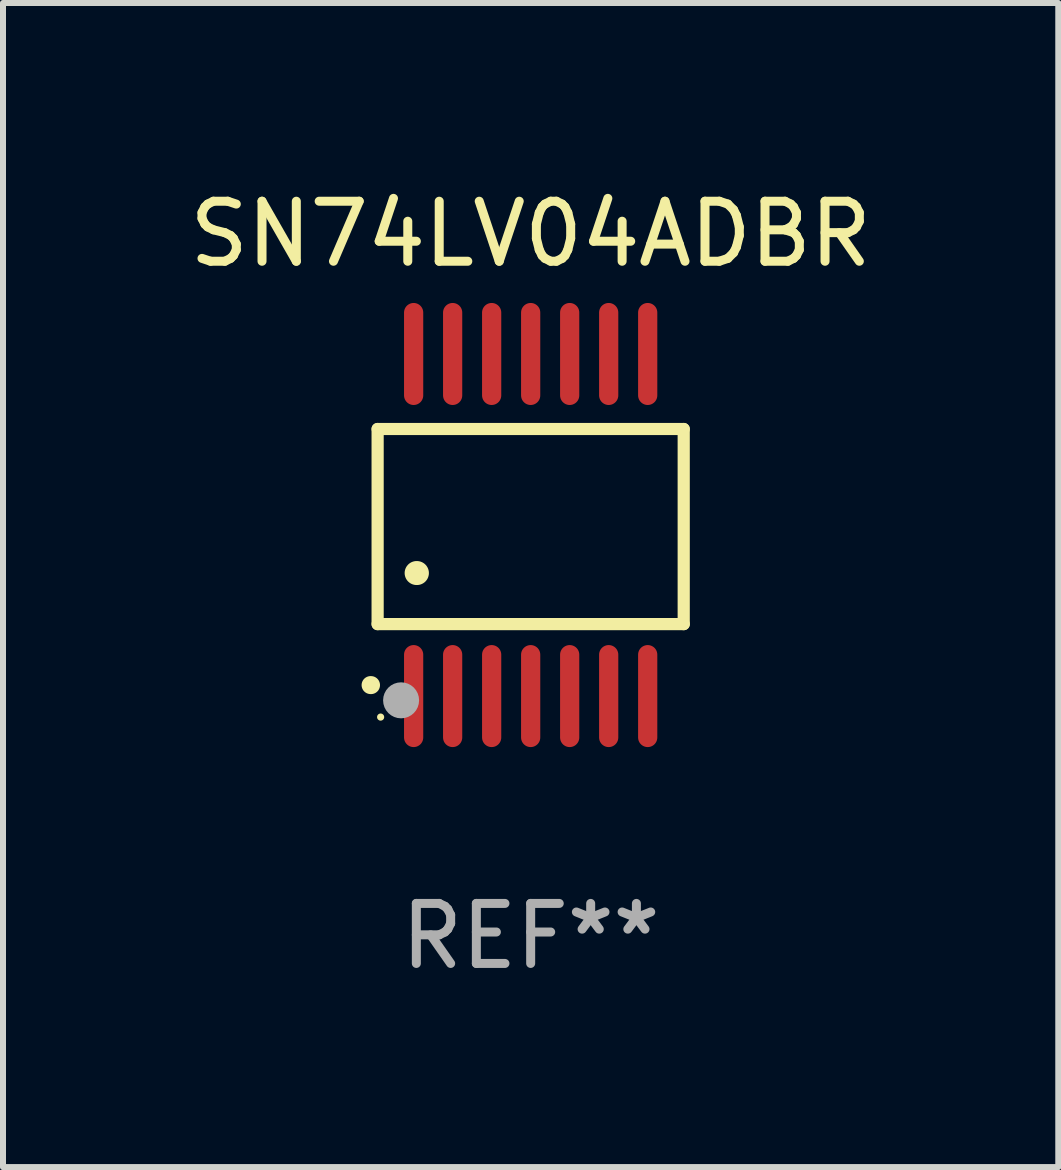
<source format=kicad_pcb>
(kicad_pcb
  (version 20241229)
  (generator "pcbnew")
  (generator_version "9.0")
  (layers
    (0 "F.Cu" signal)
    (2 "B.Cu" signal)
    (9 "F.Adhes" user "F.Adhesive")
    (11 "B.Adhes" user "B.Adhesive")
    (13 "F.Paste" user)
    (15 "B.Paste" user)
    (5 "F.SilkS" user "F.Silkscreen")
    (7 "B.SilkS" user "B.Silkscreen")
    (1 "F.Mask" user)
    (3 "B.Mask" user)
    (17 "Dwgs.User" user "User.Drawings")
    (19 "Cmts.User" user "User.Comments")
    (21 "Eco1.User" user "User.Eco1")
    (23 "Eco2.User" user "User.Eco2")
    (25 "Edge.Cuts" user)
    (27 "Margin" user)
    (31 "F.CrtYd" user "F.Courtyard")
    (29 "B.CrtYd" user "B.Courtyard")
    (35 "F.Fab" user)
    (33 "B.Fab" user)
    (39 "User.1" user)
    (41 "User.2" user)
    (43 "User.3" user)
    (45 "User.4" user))
  (footprint "SN74LV04ADBR"
    (layer "F.Cu")
    (at 5.792 5.698)
    (property "Reference" "SN74LV04ADBR" (at 0 -4.85 0) (layer "F.SilkS") (effects (font (size 1 1) (thickness 0.15))))
    (attr through_hole)
    (fp_line (start -2.55 -1.6) (end 2.55 -1.6) (stroke (width 0.203) (type solid)) (layer "F.SilkS"))
    (fp_line (start -2.55 1.651) (end -2.55 -1.6) (stroke (width 0.203) (type solid)) (layer "F.SilkS"))
    (fp_line (start 2.55 -1.6) (end 2.55 1.651) (stroke (width 0.203) (type solid)) (layer "F.SilkS"))
    (fp_line (start 2.55 1.651) (end -2.55 1.651) (stroke (width 0.203) (type solid)) (layer "F.SilkS"))
    (fp_arc (start -2.667005 2.667005) (mid -2.663677 2.667046) (end -2.66035 2.667157) (stroke (width 0.3) (type solid)) (layer "F.SilkS"))
    (fp_arc (start -1.9 0.8) (mid -1.897803 0.800014) (end -1.895606 0.800051) (stroke (width 0.4) (type solid)) (layer "F.SilkS"))
    (fp_circle (center -2.5 3.2) (end -2.47 3.2) (stroke (width 0.06) (type solid)) (fill no) (layer "F.SilkS"))
    (fp_circle (center -2.159 2.921) (end -2.009 2.921) (stroke (width 0.3) (type solid)) (fill no) (layer "F.Fab"))
    (fp_text user "REF**" (at 0 6.85 0) (layer "F.Fab") (effects (font (size 1 1) (thickness 0.15))))
    (pad "1" smd oval (at -1.95 2.85 180) (size 0.32 1.7) (layers "F.Cu" "F.Mask" "F.Paste"))
    (pad "2" smd oval (at -1.3 2.85 180) (size 0.32 1.7) (layers "F.Cu" "F.Mask" "F.Paste"))
    (pad "3" smd oval (at -0.65 2.85 180) (size 0.32 1.7) (layers "F.Cu" "F.Mask" "F.Paste"))
    (pad "4" smd oval (at 0 2.85 180) (size 0.32 1.7) (layers "F.Cu" "F.Mask" "F.Paste"))
    (pad "5" smd oval (at 0.65 2.85 180) (size 0.32 1.7) (layers "F.Cu" "F.Mask" "F.Paste"))
    (pad "6" smd oval (at 1.3 2.85 180) (size 0.32 1.7) (layers "F.Cu" "F.Mask" "F.Paste"))
    (pad "7" smd oval (at 1.95 2.85 180) (size 0.32 1.7) (layers "F.Cu" "F.Mask" "F.Paste"))
    (pad "8" smd oval (at 1.95 -2.85 180) (size 0.32 1.7) (layers "F.Cu" "F.Mask" "F.Paste"))
    (pad "9" smd oval (at 1.3 -2.85 180) (size 0.32 1.7) (layers "F.Cu" "F.Mask" "F.Paste"))
    (pad "10" smd oval (at 0.65 -2.85 180) (size 0.32 1.7) (layers "F.Cu" "F.Mask" "F.Paste"))
    (pad "11" smd oval (at 0 -2.85 180) (size 0.32 1.7) (layers "F.Cu" "F.Mask" "F.Paste"))
    (pad "12" smd oval (at -0.65 -2.85 180) (size 0.32 1.7) (layers "F.Cu" "F.Mask" "F.Paste"))
    (pad "13" smd oval (at -1.3 -2.85 180) (size 0.32 1.7) (layers "F.Cu" "F.Mask" "F.Paste"))
    (pad "14" smd oval (at -1.95 -2.85 180) (size 0.32 1.7) (layers "F.Cu" "F.Mask" "F.Paste")))
  (gr_rect
    (start -3 -3)
    (end 14.583 16.396)
    (stroke (width 0.1) (type default))
    (fill no)
    (layer "Edge.Cuts")))
</source>
